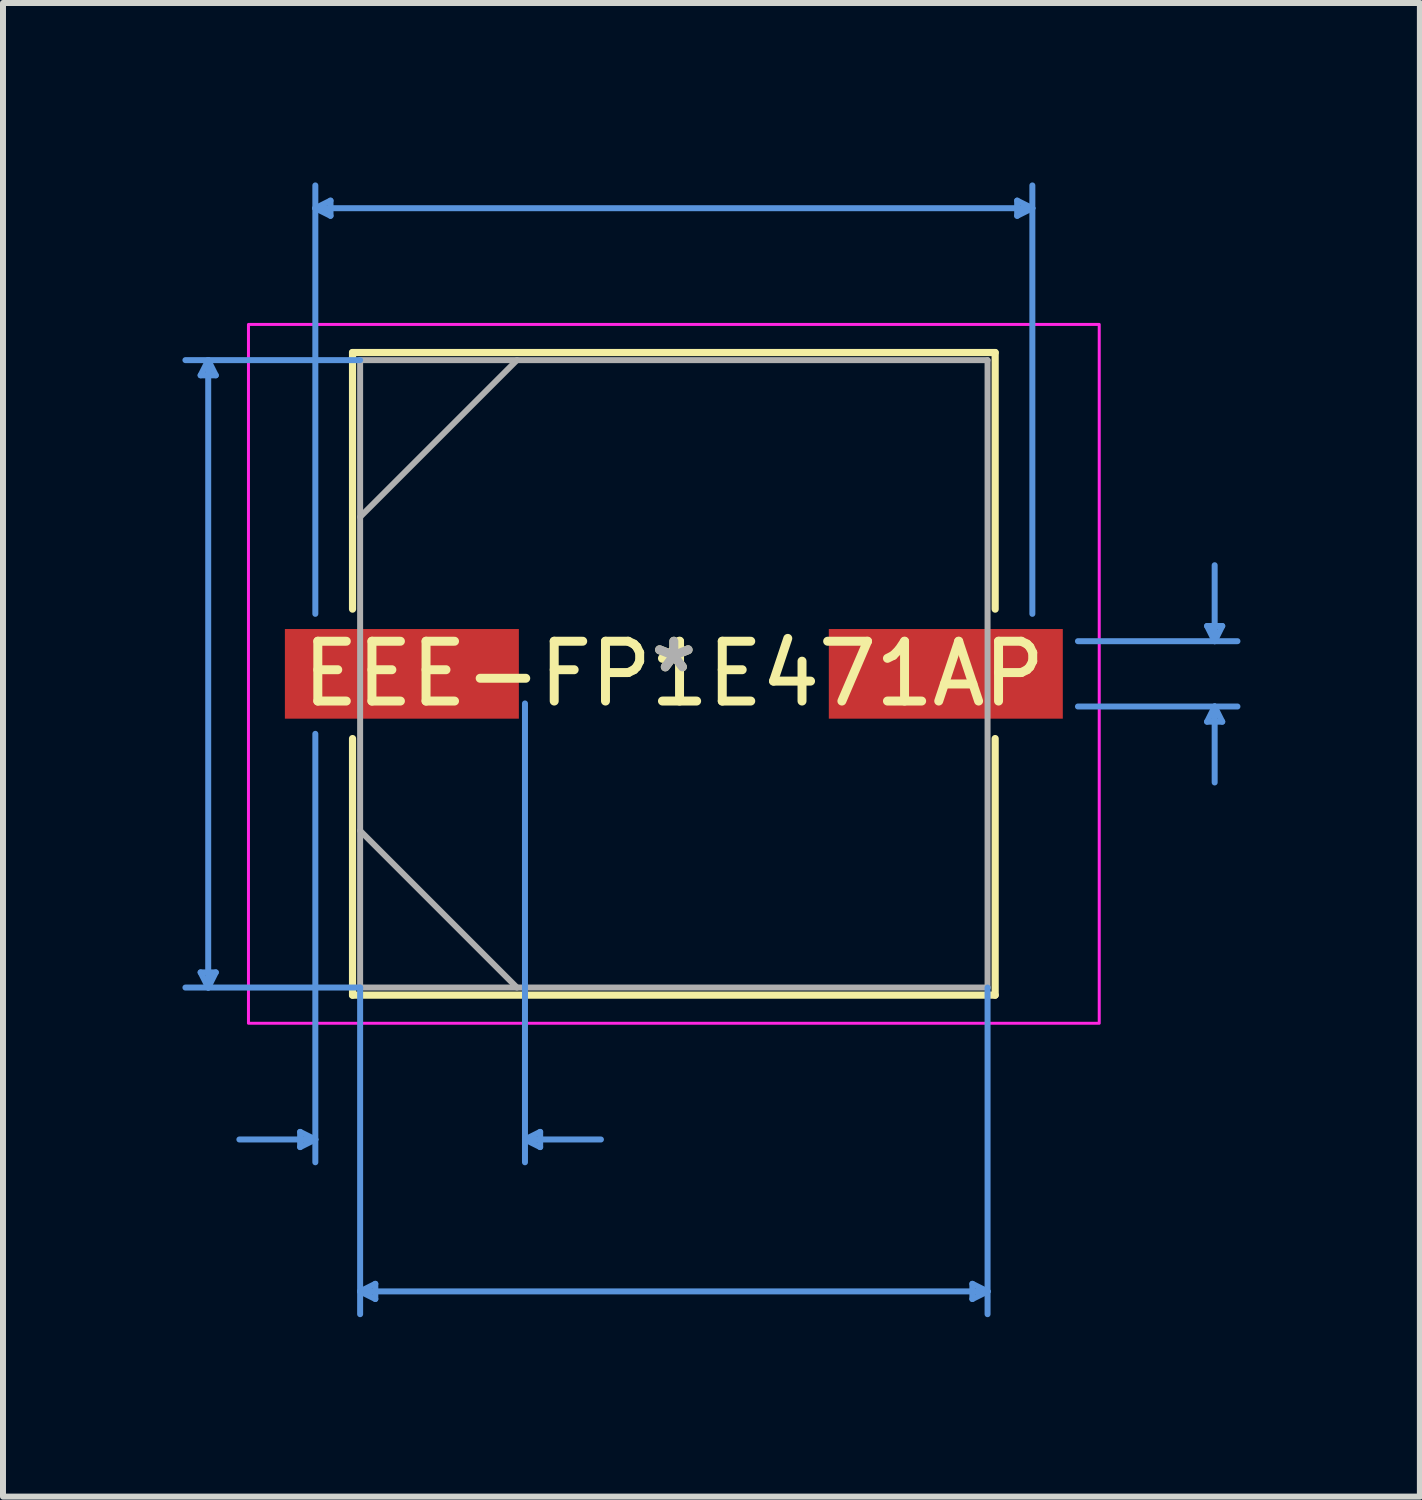
<source format=kicad_pcb>
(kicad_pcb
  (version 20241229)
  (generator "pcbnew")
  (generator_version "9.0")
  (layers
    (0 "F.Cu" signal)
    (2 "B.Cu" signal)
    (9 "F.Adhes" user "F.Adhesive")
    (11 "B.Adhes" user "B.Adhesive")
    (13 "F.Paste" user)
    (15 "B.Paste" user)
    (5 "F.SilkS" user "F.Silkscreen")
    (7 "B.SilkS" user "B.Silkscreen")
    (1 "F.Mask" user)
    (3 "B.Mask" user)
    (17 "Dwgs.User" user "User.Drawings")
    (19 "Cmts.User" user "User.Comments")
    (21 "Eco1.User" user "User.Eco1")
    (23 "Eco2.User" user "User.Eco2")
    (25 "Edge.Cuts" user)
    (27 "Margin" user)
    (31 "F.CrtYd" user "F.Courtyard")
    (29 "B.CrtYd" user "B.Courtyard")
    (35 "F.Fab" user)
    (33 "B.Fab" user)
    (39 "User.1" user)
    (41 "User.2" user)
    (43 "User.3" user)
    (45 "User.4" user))
  (footprint "EEE-FP1E471AP"
    (layer "F.Cu")
    (at 8.216 8.216)
    (property "Reference" "EEE-FP1E471AP" (at 0 0 0) (layer "F.SilkS") (effects (font (size 1 1) (thickness 0.15))))
    (attr through_hole)
    (fp_line (start -5.372 -5.372) (end -5.372 -1.082) (stroke (width 0.12) (type solid)) (layer "F.SilkS"))
    (fp_line (start -5.372 1.082) (end -5.372 5.372) (stroke (width 0.12) (type solid)) (layer "F.SilkS"))
    (fp_line (start -5.372 5.372) (end 5.372 5.372) (stroke (width 0.12) (type solid)) (layer "F.SilkS"))
    (fp_line (start 5.372 -5.372) (end -5.372 -5.372) (stroke (width 0.12) (type solid)) (layer "F.SilkS"))
    (fp_line (start 5.372 -1.082) (end 5.372 -5.372) (stroke (width 0.12) (type solid)) (layer "F.SilkS"))
    (fp_line (start 5.372 5.372) (end 5.372 1.082) (stroke (width 0.12) (type solid)) (layer "F.SilkS"))
    (fp_line (start -7.912 -4.991) (end -7.658 -4.991) (stroke (width 0.1) (type solid)) (layer "Cmts.User"))
    (fp_line (start -7.912 4.991) (end -7.658 4.991) (stroke (width 0.1) (type solid)) (layer "Cmts.User"))
    (fp_line (start -7.785 -5.245) (end -7.912 -4.991) (stroke (width 0.1) (type solid)) (layer "Cmts.User"))
    (fp_line (start -7.785 -5.245) (end -7.785 5.245) (stroke (width 0.1) (type solid)) (layer "Cmts.User"))
    (fp_line (start -7.785 -5.245) (end -7.658 -4.991) (stroke (width 0.1) (type solid)) (layer "Cmts.User"))
    (fp_line (start -7.785 5.245) (end -7.912 4.991) (stroke (width 0.1) (type solid)) (layer "Cmts.User"))
    (fp_line (start -7.785 5.245) (end -7.658 4.991) (stroke (width 0.1) (type solid)) (layer "Cmts.User"))
    (fp_line (start -6.248 7.658) (end -6.248 7.912) (stroke (width 0.1) (type solid)) (layer "Cmts.User"))
    (fp_line (start -5.994 -7.785) (end -5.74 -7.912) (stroke (width 0.1) (type solid)) (layer "Cmts.User"))
    (fp_line (start -5.994 -7.785) (end -5.74 -7.658) (stroke (width 0.1) (type solid)) (layer "Cmts.User"))
    (fp_line (start -5.994 -7.785) (end 5.994 -7.785) (stroke (width 0.1) (type solid)) (layer "Cmts.User"))
    (fp_line (start -5.994 -1.003) (end -5.994 -8.166) (stroke (width 0.1) (type solid)) (layer "Cmts.User"))
    (fp_line (start -5.994 1.003) (end -5.994 8.166) (stroke (width 0.1) (type solid)) (layer "Cmts.User"))
    (fp_line (start -5.994 7.785) (end -7.264 7.785) (stroke (width 0.1) (type solid)) (layer "Cmts.User"))
    (fp_line (start -5.994 7.785) (end -6.248 7.658) (stroke (width 0.1) (type solid)) (layer "Cmts.User"))
    (fp_line (start -5.994 7.785) (end -6.248 7.912) (stroke (width 0.1) (type solid)) (layer "Cmts.User"))
    (fp_line (start -5.74 -7.912) (end -5.74 -7.658) (stroke (width 0.1) (type solid)) (layer "Cmts.User"))
    (fp_line (start -5.245 -5.245) (end -8.166 -5.245) (stroke (width 0.1) (type solid)) (layer "Cmts.User"))
    (fp_line (start -5.245 5.245) (end -8.166 5.245) (stroke (width 0.1) (type solid)) (layer "Cmts.User"))
    (fp_line (start -5.245 5.245) (end -5.245 10.706) (stroke (width 0.1) (type solid)) (layer "Cmts.User"))
    (fp_line (start -5.245 10.325) (end -4.991 10.198) (stroke (width 0.1) (type solid)) (layer "Cmts.User"))
    (fp_line (start -5.245 10.325) (end -4.991 10.452) (stroke (width 0.1) (type solid)) (layer "Cmts.User"))
    (fp_line (start -5.245 10.325) (end 5.245 10.325) (stroke (width 0.1) (type solid)) (layer "Cmts.User"))
    (fp_line (start -4.991 10.198) (end -4.991 10.452) (stroke (width 0.1) (type solid)) (layer "Cmts.User"))
    (fp_line (start -2.489 0.495) (end -2.489 8.166) (stroke (width 0.1) (type solid)) (layer "Cmts.User"))
    (fp_line (start -2.489 7.785) (end -2.235 7.658) (stroke (width 0.1) (type solid)) (layer "Cmts.User"))
    (fp_line (start -2.489 7.785) (end -2.235 7.912) (stroke (width 0.1) (type solid)) (layer "Cmts.User"))
    (fp_line (start -2.489 7.785) (end -1.219 7.785) (stroke (width 0.1) (type solid)) (layer "Cmts.User"))
    (fp_line (start -2.235 7.658) (end -2.235 7.912) (stroke (width 0.1) (type solid)) (layer "Cmts.User"))
    (fp_line (start 4.991 10.198) (end 4.991 10.452) (stroke (width 0.1) (type solid)) (layer "Cmts.User"))
    (fp_line (start 5.245 5.245) (end 5.245 10.706) (stroke (width 0.1) (type solid)) (layer "Cmts.User"))
    (fp_line (start 5.245 10.325) (end 4.991 10.198) (stroke (width 0.1) (type solid)) (layer "Cmts.User"))
    (fp_line (start 5.245 10.325) (end 4.991 10.452) (stroke (width 0.1) (type solid)) (layer "Cmts.User"))
    (fp_line (start 5.74 -7.912) (end 5.74 -7.658) (stroke (width 0.1) (type solid)) (layer "Cmts.User"))
    (fp_line (start 5.994 -7.785) (end 5.74 -7.912) (stroke (width 0.1) (type solid)) (layer "Cmts.User"))
    (fp_line (start 5.994 -7.785) (end 5.74 -7.658) (stroke (width 0.1) (type solid)) (layer "Cmts.User"))
    (fp_line (start 5.994 -1.003) (end 5.994 -8.166) (stroke (width 0.1) (type solid)) (layer "Cmts.User"))
    (fp_line (start 6.756 -0.546) (end 9.423 -0.546) (stroke (width 0.1) (type solid)) (layer "Cmts.User"))
    (fp_line (start 6.756 0.546) (end 9.423 0.546) (stroke (width 0.1) (type solid)) (layer "Cmts.User"))
    (fp_line (start 8.915 -0.8) (end 9.169 -0.8) (stroke (width 0.1) (type solid)) (layer "Cmts.User"))
    (fp_line (start 8.915 0.8) (end 9.169 0.8) (stroke (width 0.1) (type solid)) (layer "Cmts.User"))
    (fp_line (start 9.042 -0.546) (end 8.915 -0.8) (stroke (width 0.1) (type solid)) (layer "Cmts.User"))
    (fp_line (start 9.042 -0.546) (end 9.042 -1.816) (stroke (width 0.1) (type solid)) (layer "Cmts.User"))
    (fp_line (start 9.042 -0.546) (end 9.169 -0.8) (stroke (width 0.1) (type solid)) (layer "Cmts.User"))
    (fp_line (start 9.042 0.546) (end 8.915 0.8) (stroke (width 0.1) (type solid)) (layer "Cmts.User"))
    (fp_line (start 9.042 0.546) (end 9.042 1.816) (stroke (width 0.1) (type solid)) (layer "Cmts.User"))
    (fp_line (start 9.042 0.546) (end 9.169 0.8) (stroke (width 0.1) (type solid)) (layer "Cmts.User"))
    (fp_rect (start -7.112 -5.842) (end 7.112 5.842) (stroke (width 0.05) (type solid)) (fill no) (layer "F.CrtYd"))
    (fp_line (start -5.245 -5.245) (end -5.245 5.245) (stroke (width 0.1) (type solid)) (layer "F.Fab"))
    (fp_line (start -5.245 -2.623) (end -2.623 -5.245) (stroke (width 0.1) (type solid)) (layer "F.Fab"))
    (fp_line (start -5.245 2.623) (end -2.623 5.245) (stroke (width 0.1) (type solid)) (layer "F.Fab"))
    (fp_line (start -5.245 5.245) (end 5.245 5.245) (stroke (width 0.1) (type solid)) (layer "F.Fab"))
    (fp_line (start 5.245 -5.245) (end -5.245 -5.245) (stroke (width 0.1) (type solid)) (layer "F.Fab"))
    (fp_line (start 5.245 5.245) (end 5.245 -5.245) (stroke (width 0.1) (type solid)) (layer "F.Fab"))
    (fp_text user "*" (at 0 0 0) (layer "F.SilkS") (effects (font (size 1 1) (thickness 0.15))))
    (fp_text user "*" (at 0 0 0) (layer "F.Fab") (effects (font (size 1 1) (thickness 0.15))))
    (pad "1" smd rect (at -4.547 0) (size 3.912 1.499) (layers "F.Cu" "F.Mask" "F.Paste"))
    (pad "2" smd rect (at 4.547 0) (size 3.912 1.499) (layers "F.Cu" "F.Mask" "F.Paste")))
  (gr_rect
    (start -3 -3)
    (end 20.689 21.972)
    (stroke (width 0.1) (type default))
    (fill no)
    (layer "Edge.Cuts")))
</source>
